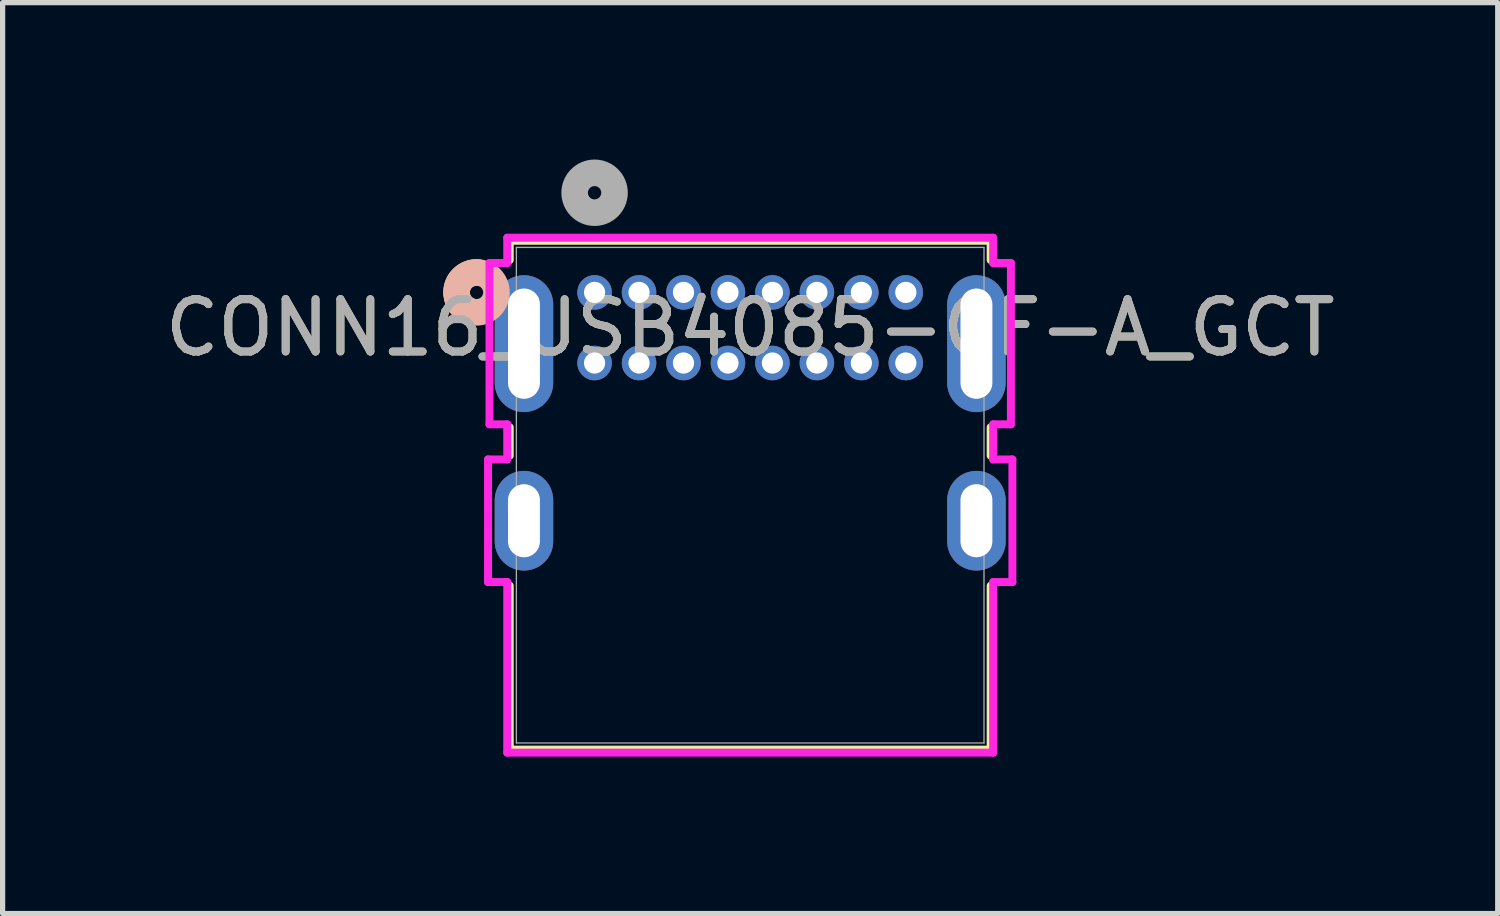
<source format=kicad_pcb>
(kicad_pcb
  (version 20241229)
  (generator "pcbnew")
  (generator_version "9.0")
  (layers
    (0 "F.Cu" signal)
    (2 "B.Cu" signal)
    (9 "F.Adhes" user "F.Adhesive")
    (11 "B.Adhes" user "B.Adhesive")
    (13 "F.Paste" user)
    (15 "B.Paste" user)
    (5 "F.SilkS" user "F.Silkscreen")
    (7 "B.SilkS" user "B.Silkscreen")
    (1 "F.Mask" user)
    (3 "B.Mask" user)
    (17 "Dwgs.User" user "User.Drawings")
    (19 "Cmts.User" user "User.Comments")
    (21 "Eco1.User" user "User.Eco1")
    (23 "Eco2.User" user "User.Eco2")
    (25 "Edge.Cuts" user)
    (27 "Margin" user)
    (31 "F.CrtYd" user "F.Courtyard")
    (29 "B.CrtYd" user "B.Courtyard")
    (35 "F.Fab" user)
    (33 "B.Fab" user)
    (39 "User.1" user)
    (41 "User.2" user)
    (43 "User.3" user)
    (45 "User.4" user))
  (footprint "CONN16_USB4085-GF-A_GCT"
    (layer "F.Cu")
    (at 8.317 2.54)
    (property "Reference" "CONN16_USB4085-GF-A_GCT" (at 2.975 0.675 0) (unlocked yes) (layer "F.SilkS") (effects (font (size 1 1) (thickness 0.15))))
    (attr through_hole)
    (fp_line (start -1.622 -0.987) (end -1.622 -0.618) (stroke (width 0.152) (type solid)) (layer "F.SilkS"))
    (fp_line (start -1.622 2.578) (end -1.622 3.122) (stroke (width 0.152) (type solid)) (layer "F.SilkS"))
    (fp_line (start -1.622 5.608) (end -1.622 8.741) (stroke (width 0.152) (type solid)) (layer "F.SilkS"))
    (fp_line (start -1.622 8.741) (end 7.572 8.741) (stroke (width 0.152) (type solid)) (layer "F.SilkS"))
    (fp_line (start 7.572 -0.987) (end -1.622 -0.987) (stroke (width 0.152) (type solid)) (layer "F.SilkS"))
    (fp_line (start 7.572 -0.618) (end 7.572 -0.987) (stroke (width 0.152) (type solid)) (layer "F.SilkS"))
    (fp_line (start 7.572 3.122) (end 7.572 2.578) (stroke (width 0.152) (type solid)) (layer "F.SilkS"))
    (fp_line (start 7.572 8.741) (end 7.572 5.608) (stroke (width 0.152) (type solid)) (layer "F.SilkS"))
    (fp_arc (start -2.41934 0.344872) (mid -2.625765 -0.097305) (end -2.2279 -0.379856) (stroke (width 0.508) (type solid)) (layer "F.SilkS"))
    (fp_circle (center -2.257 0) (end -1.876 0) (stroke (width 0.508) (type solid)) (fill no) (layer "B.SilkS"))
    (fp_line (start -2.037 3.193) (end -2.037 5.537) (stroke (width 0.152) (type solid)) (layer "F.CrtYd"))
    (fp_line (start -2.037 5.537) (end -1.67 5.537) (stroke (width 0.152) (type solid)) (layer "F.CrtYd"))
    (fp_line (start -2.009 -0.562) (end -2.009 2.522) (stroke (width 0.152) (type solid)) (layer "F.CrtYd"))
    (fp_line (start -2.009 2.522) (end -1.67 2.522) (stroke (width 0.152) (type solid)) (layer "F.CrtYd"))
    (fp_line (start -1.67 2.522) (end -1.67 3.193) (stroke (width 0.152) (type solid)) (layer "F.CrtYd"))
    (fp_line (start -1.67 3.193) (end -2.037 3.193) (stroke (width 0.152) (type solid)) (layer "F.CrtYd"))
    (fp_line (start -1.67 5.537) (end -1.67 8.799) (stroke (width 0.152) (type solid)) (layer "F.CrtYd"))
    (fp_line (start -1.67 8.799) (end 7.62 8.799) (stroke (width 0.152) (type solid)) (layer "F.CrtYd"))
    (fp_line (start -1.67 -1.045) (end -1.67 -0.562) (stroke (width 0.152) (type solid)) (layer "F.CrtYd"))
    (fp_line (start -1.67 -0.562) (end -2.009 -0.562) (stroke (width 0.152) (type solid)) (layer "F.CrtYd"))
    (fp_line (start 7.62 5.537) (end 7.987 5.537) (stroke (width 0.152) (type solid)) (layer "F.CrtYd"))
    (fp_line (start 7.62 8.799) (end 7.62 5.537) (stroke (width 0.152) (type solid)) (layer "F.CrtYd"))
    (fp_line (start 7.62 -0.562) (end 7.62 -1.045) (stroke (width 0.152) (type solid)) (layer "F.CrtYd"))
    (fp_line (start 7.62 2.522) (end 7.959 2.522) (stroke (width 0.152) (type solid)) (layer "F.CrtYd"))
    (fp_line (start 7.62 3.193) (end 7.62 2.522) (stroke (width 0.152) (type solid)) (layer "F.CrtYd"))
    (fp_line (start 7.62 -1.045) (end -1.67 -1.045) (stroke (width 0.152) (type solid)) (layer "F.CrtYd"))
    (fp_line (start 7.959 -0.562) (end 7.62 -0.562) (stroke (width 0.152) (type solid)) (layer "F.CrtYd"))
    (fp_line (start 7.959 2.522) (end 7.959 -0.562) (stroke (width 0.152) (type solid)) (layer "F.CrtYd"))
    (fp_line (start 7.987 3.193) (end 7.62 3.193) (stroke (width 0.152) (type solid)) (layer "F.CrtYd"))
    (fp_line (start 7.987 5.537) (end 7.987 3.193) (stroke (width 0.152) (type solid)) (layer "F.CrtYd"))
    (fp_line (start -1.495 -0.86) (end -1.495 8.614) (stroke (width 0.025) (type solid)) (layer "F.Fab"))
    (fp_line (start -1.495 8.614) (end 7.445 8.614) (stroke (width 0.025) (type solid)) (layer "F.Fab"))
    (fp_line (start 7.445 -0.86) (end -1.495 -0.86) (stroke (width 0.025) (type solid)) (layer "F.Fab"))
    (fp_line (start 7.445 8.614) (end 7.445 -0.86) (stroke (width 0.025) (type solid)) (layer "F.Fab"))
    (fp_circle (center 0 -1.905) (end 0.381 -1.905) (stroke (width 0.508) (type solid)) (fill no) (layer "F.Fab"))
    (fp_text user "${REFERENCE}" (at 2.975 0.675 0) (unlocked yes) (layer "F.Fab") (effects (font (size 1 1) (thickness 0.15))))
    (pad "" np_thru_hole oval (at -1.35 0.98 90) (size 2.616 1.118) (drill oval 2.108 0.61) (layers "*.Cu" "*.Mask"))
    (pad "" np_thru_hole oval (at -1.35 4.365 90) (size 1.905 1.118) (drill oval 1.397 0.61) (layers "*.Cu" "*.Mask"))
    (pad "" np_thru_hole oval (at 7.3 0.98 90) (size 2.616 1.118) (drill oval 2.108 0.61) (layers "*.Cu" "*.Mask"))
    (pad "" np_thru_hole oval (at 7.3 4.365 90) (size 1.905 1.118) (drill oval 1.397 0.61) (layers "*.Cu" "*.Mask"))
    (pad "1" thru_hole circle (at 0 0) (size 0.66 0.66) (drill 0.406) (layers "*.Cu" "*.Mask"))
    (pad "2" thru_hole circle (at 0.85 0) (size 0.66 0.66) (drill 0.406) (layers "*.Cu" "*.Mask"))
    (pad "3" thru_hole circle (at 1.7 0) (size 0.66 0.66) (drill 0.406) (layers "*.Cu" "*.Mask"))
    (pad "4" thru_hole circle (at 2.55 0) (size 0.66 0.66) (drill 0.406) (layers "*.Cu" "*.Mask"))
    (pad "5" thru_hole circle (at 3.4 0) (size 0.66 0.66) (drill 0.406) (layers "*.Cu" "*.Mask"))
    (pad "6" thru_hole circle (at 4.25 0) (size 0.66 0.66) (drill 0.406) (layers "*.Cu" "*.Mask"))
    (pad "7" thru_hole circle (at 5.1 0) (size 0.66 0.66) (drill 0.406) (layers "*.Cu" "*.Mask"))
    (pad "8" thru_hole circle (at 5.95 0) (size 0.66 0.66) (drill 0.406) (layers "*.Cu" "*.Mask"))
    (pad "9" thru_hole circle (at 0 1.35) (size 0.66 0.66) (drill 0.406) (layers "*.Cu" "*.Mask"))
    (pad "10" thru_hole circle (at 0.85 1.35) (size 0.66 0.66) (drill 0.406) (layers "*.Cu" "*.Mask"))
    (pad "11" thru_hole circle (at 1.7 1.35) (size 0.66 0.66) (drill 0.406) (layers "*.Cu" "*.Mask"))
    (pad "12" thru_hole circle (at 2.55 1.35) (size 0.66 0.66) (drill 0.406) (layers "*.Cu" "*.Mask"))
    (pad "13" thru_hole circle (at 3.4 1.35) (size 0.66 0.66) (drill 0.406) (layers "*.Cu" "*.Mask"))
    (pad "14" thru_hole circle (at 4.25 1.35) (size 0.66 0.66) (drill 0.406) (layers "*.Cu" "*.Mask"))
    (pad "15" thru_hole circle (at 5.1 1.35) (size 0.66 0.66) (drill 0.406) (layers "*.Cu" "*.Mask"))
    (pad "16" thru_hole circle (at 5.95 1.35) (size 0.66 0.66) (drill 0.406) (layers "*.Cu" "*.Mask")))
  (gr_rect
    (start -3 -3)
    (end 25.583 14.415)
    (stroke (width 0.1) (type default))
    (fill no)
    (layer "Edge.Cuts")))
</source>
